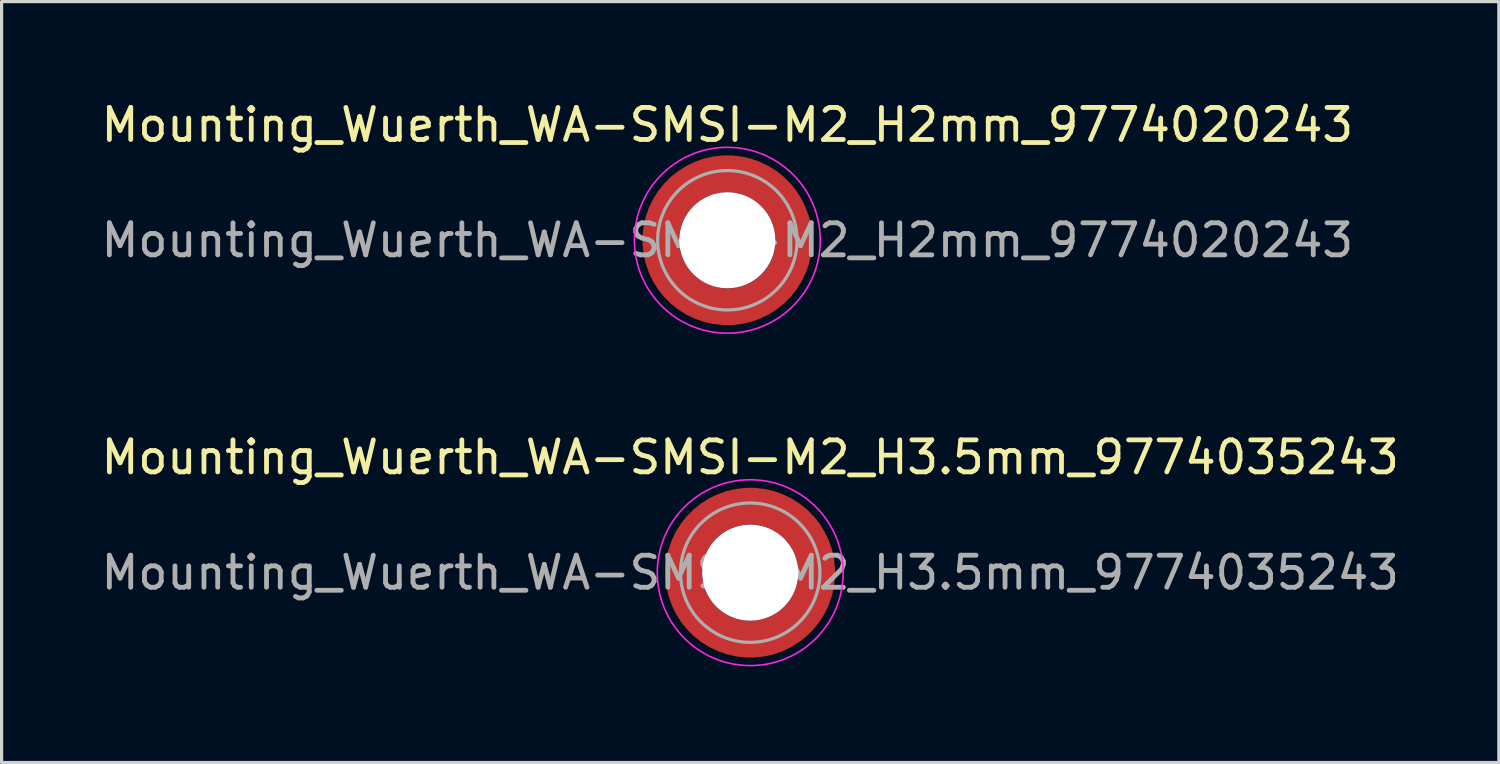
<source format=kicad_pcb>
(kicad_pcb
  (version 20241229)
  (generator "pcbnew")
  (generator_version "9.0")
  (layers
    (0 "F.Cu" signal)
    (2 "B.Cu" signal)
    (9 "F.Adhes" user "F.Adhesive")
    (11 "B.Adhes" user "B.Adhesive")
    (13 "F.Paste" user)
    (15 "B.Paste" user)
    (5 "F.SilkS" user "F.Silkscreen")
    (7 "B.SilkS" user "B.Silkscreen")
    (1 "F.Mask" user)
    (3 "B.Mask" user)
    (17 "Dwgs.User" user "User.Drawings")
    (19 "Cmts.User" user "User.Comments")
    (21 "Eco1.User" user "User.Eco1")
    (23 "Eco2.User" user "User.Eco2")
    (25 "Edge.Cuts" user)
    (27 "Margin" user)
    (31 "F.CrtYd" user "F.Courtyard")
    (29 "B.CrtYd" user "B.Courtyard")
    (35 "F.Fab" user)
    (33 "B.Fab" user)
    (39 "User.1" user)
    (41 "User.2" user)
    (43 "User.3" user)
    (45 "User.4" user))
  (footprint "Mounting_Wuerth_WA-SMSI-M2_H2mm_9774020243"
    (layer "F.Cu")
    (at 19.649 4.448)
    (property "Reference" "Mounting_Wuerth_WA-SMSI-M2_H2mm_9774020243" (at 0 -3.6 0) (layer "F.SilkS") (effects (font (size 1 1) (thickness 0.15))))
    (property "Mouser Part no." "" (at 0 0 0) (layer "F.Fab") (effects (font (size 1.27 1.27) (thickness 0.15))))
    (property "Mouser link" "" (at 0 0 0) (layer "F.Fab") (effects (font (size 1.27 1.27) (thickness 0.15))))
    (attr smd)
    (fp_circle (center 0 0) (end 2.9 0) (stroke (width 0.05) (type solid)) (fill no) (layer "F.CrtYd"))
    (fp_circle (center 0 0) (end 2.175 0) (stroke (width 0.1) (type solid)) (fill no) (layer "F.Fab"))
    (fp_text user "${REFERENCE}" (at 0 0 0) (layer "F.Fab") (effects (font (size 1 1) (thickness 0.15))))
    (pad "" smd custom (at -1.453 -1.453) (size 0.61 0.61) (layers "F.Paste") (options (anchor circle)) (primitives (gr_arc (start -0.147677 1.053104) (mid 0.285964 0.286792) (end 1.051968 -0.147393) (width 0.2)) (gr_arc (start -0.240295 1.053104) (mid 0.22253 0.222946) (end 1.052531 -0.24016) (width 0.2)) (gr_arc (start -0.332645 1.053104) (mid 0.158548 0.15965) (end 1.051583 -0.332304) (width 0.2)) (gr_arc (start -0.424767 1.053104) (mid 0.09486 0.096059) (end 1.051446 -0.424413) (width 0.2)) (gr_arc (start -0.516693 1.053104) (mid 0.031293 0.032346) (end 1.051645 -0.516396) (width 0.2)) (gr_arc (start -0.608448 1.053104) (mid -0.032323 -0.031316) (end 1.051707 -0.608176) (width 0.2)) (gr_arc (start -0.700056 1.053104) (mid -0.09616 -0.094758) (end 1.051155 -0.699693) (width 0.2)) (gr_arc (start -0.791534 1.053104) (mid -0.160388 -0.15781) (end 1.049515 -0.790891) (width 0.2)) (gr_arc (start -0.882896 1.053104) (mid -0.223713 -0.221764) (end 1.050388 -0.882429) (width 0.2)) (gr_arc (start -0.974157 1.053104) (mid -0.287654 -0.285101) (end 1.049541 -0.973567) (width 0.2)) (gr_line (start 1.053 -0.148) (end 1.053 -0.974) (width 0.2)) (gr_line (start -0.148 1.053) (end -0.974 1.053) (width 0.2))))
    (pad "" smd custom (at -1.453 1.453) (size 0.61 0.61) (layers "F.Paste") (options (anchor circle)) (primitives (gr_arc (start 1.053104 0.147677) (mid 0.286792 -0.285964) (end -0.147393 -1.051968) (width 0.2)) (gr_arc (start 1.053104 0.240295) (mid 0.222946 -0.22253) (end -0.24016 -1.052531) (width 0.2)) (gr_arc (start 1.053104 0.332645) (mid 0.15965 -0.158548) (end -0.332304 -1.051583) (width 0.2)) (gr_arc (start 1.053104 0.424767) (mid 0.096059 -0.09486) (end -0.424413 -1.051446) (width 0.2)) (gr_arc (start 1.053104 0.516693) (mid 0.032346 -0.031293) (end -0.516396 -1.051645) (width 0.2)) (gr_arc (start 1.053104 0.608448) (mid -0.031316 0.032323) (end -0.608176 -1.051707) (width 0.2)) (gr_arc (start 1.053104 0.700056) (mid -0.094758 0.09616) (end -0.699693 -1.051155) (width 0.2)) (gr_arc (start 1.053104 0.791534) (mid -0.15781 0.160388) (end -0.790891 -1.049515) (width 0.2)) (gr_arc (start 1.053104 0.882896) (mid -0.221764 0.223713) (end -0.882429 -1.050388) (width 0.2)) (gr_arc (start 1.053104 0.974157) (mid -0.285101 0.287654) (end -0.973567 -1.049541) (width 0.2)) (gr_line (start -0.148 -1.053) (end -0.974 -1.053) (width 0.2)) (gr_line (start 1.053 0.148) (end 1.053 0.974) (width 0.2))))
    (pad "" np_thru_hole circle (at 0 0) (size 3 3) (drill 3) (layers "*.Cu" "*.Mask"))
    (pad "" smd custom (at 1.453 -1.453) (size 0.61 0.61) (layers "F.Paste") (options (anchor circle)) (primitives (gr_arc (start -1.053104 -0.147677) (mid -0.286792 0.285964) (end 0.147393 1.051968) (width 0.2)) (gr_arc (start -1.053104 -0.240295) (mid -0.222946 0.22253) (end 0.24016 1.052531) (width 0.2)) (gr_arc (start -1.053104 -0.332645) (mid -0.15965 0.158548) (end 0.332304 1.051583) (width 0.2)) (gr_arc (start -1.053104 -0.424767) (mid -0.096059 0.09486) (end 0.424413 1.051446) (width 0.2)) (gr_arc (start -1.053104 -0.516693) (mid -0.032346 0.031293) (end 0.516396 1.051645) (width 0.2)) (gr_arc (start -1.053104 -0.608448) (mid 0.031316 -0.032323) (end 0.608176 1.051707) (width 0.2)) (gr_arc (start -1.053104 -0.700056) (mid 0.094758 -0.09616) (end 0.699693 1.051155) (width 0.2)) (gr_arc (start -1.053104 -0.791534) (mid 0.15781 -0.160388) (end 0.790891 1.049515) (width 0.2)) (gr_arc (start -1.053104 -0.882896) (mid 0.221764 -0.223713) (end 0.882429 1.050388) (width 0.2)) (gr_arc (start -1.053104 -0.974157) (mid 0.285101 -0.287654) (end 0.973567 1.049541) (width 0.2)) (gr_line (start 0.148 1.053) (end 0.974 1.053) (width 0.2)) (gr_line (start -1.053 -0.148) (end -1.053 -0.974) (width 0.2))))
    (pad "" smd custom (at 1.453 1.453) (size 0.61 0.61) (layers "F.Paste") (options (anchor circle)) (primitives (gr_arc (start 0.147677 -1.053104) (mid -0.285964 -0.286792) (end -1.051968 0.147393) (width 0.2)) (gr_arc (start 0.240295 -1.053104) (mid -0.22253 -0.222946) (end -1.052531 0.24016) (width 0.2)) (gr_arc (start 0.332645 -1.053104) (mid -0.158548 -0.15965) (end -1.051583 0.332304) (width 0.2)) (gr_arc (start 0.424767 -1.053104) (mid -0.09486 -0.096059) (end -1.051446 0.424413) (width 0.2)) (gr_arc (start 0.516693 -1.053104) (mid -0.031293 -0.032346) (end -1.051645 0.516396) (width 0.2)) (gr_arc (start 0.608448 -1.053104) (mid 0.032323 0.031316) (end -1.051707 0.608176) (width 0.2)) (gr_arc (start 0.700056 -1.053104) (mid 0.09616 0.094758) (end -1.051155 0.699693) (width 0.2)) (gr_arc (start 0.791534 -1.053104) (mid 0.160388 0.15781) (end -1.049515 0.790891) (width 0.2)) (gr_arc (start 0.882896 -1.053104) (mid 0.223713 0.221764) (end -1.050388 0.882429) (width 0.2)) (gr_arc (start 0.974157 -1.053104) (mid 0.287654 0.285101) (end -1.049541 0.973567) (width 0.2)) (gr_line (start -1.053 0.148) (end -1.053 0.974) (width 0.2)) (gr_line (start 0.148 -1.053) (end 0.974 -1.053) (width 0.2))))
    (pad "1" smd circle (at -2.075 0) (size 0.75 0.75) (layers "F.Cu"))
    (pad "1" smd circle (at 0 -2.075) (size 0.75 0.75) (layers "F.Cu"))
    (pad "1" smd circle (at 0 2.075) (size 0.75 0.75) (layers "F.Cu"))
    (pad "1" smd custom (at 2.075 0) (size 0.75 0.75) (layers "F.Cu" "F.Mask") (options (anchor circle)) (primitives (gr_circle (center -2.075 0) (end 0 0) (width 1.15) (fill no)))))
  (footprint "Mounting_Wuerth_WA-SMSI-M2_H3.5mm_9774035243"
    (layer "F.Cu")
    (at 20.363 14.822)
    (property "Reference" "Mounting_Wuerth_WA-SMSI-M2_H3.5mm_9774035243" (at 0 -3.6 0) (layer "F.SilkS") (effects (font (size 1 1) (thickness 0.15))))
    (property "Mouser Part no." "" (at 0 0 0) (layer "F.Fab") (effects (font (size 1.27 1.27) (thickness 0.15))))
    (property "Mouser link" "" (at 0 0 0) (layer "F.Fab") (effects (font (size 1.27 1.27) (thickness 0.15))))
    (attr smd)
    (fp_circle (center 0 0) (end 2.9 0) (stroke (width 0.05) (type solid)) (fill no) (layer "F.CrtYd"))
    (fp_circle (center 0 0) (end 2.175 0) (stroke (width 0.1) (type solid)) (fill no) (layer "F.Fab"))
    (fp_text user "${REFERENCE}" (at 0 0 0) (layer "F.Fab") (effects (font (size 1 1) (thickness 0.15))))
    (pad "" smd custom (at -1.453 -1.453) (size 0.61 0.61) (layers "F.Paste") (options (anchor circle)) (primitives (gr_arc (start -0.147677 1.053104) (mid 0.285964 0.286792) (end 1.051968 -0.147393) (width 0.2)) (gr_arc (start -0.240295 1.053104) (mid 0.22253 0.222946) (end 1.052531 -0.24016) (width 0.2)) (gr_arc (start -0.332645 1.053104) (mid 0.158548 0.15965) (end 1.051583 -0.332304) (width 0.2)) (gr_arc (start -0.424767 1.053104) (mid 0.09486 0.096059) (end 1.051446 -0.424413) (width 0.2)) (gr_arc (start -0.516693 1.053104) (mid 0.031293 0.032346) (end 1.051645 -0.516396) (width 0.2)) (gr_arc (start -0.608448 1.053104) (mid -0.032323 -0.031316) (end 1.051707 -0.608176) (width 0.2)) (gr_arc (start -0.700056 1.053104) (mid -0.09616 -0.094758) (end 1.051155 -0.699693) (width 0.2)) (gr_arc (start -0.791534 1.053104) (mid -0.160388 -0.15781) (end 1.049515 -0.790891) (width 0.2)) (gr_arc (start -0.882896 1.053104) (mid -0.223713 -0.221764) (end 1.050388 -0.882429) (width 0.2)) (gr_arc (start -0.974157 1.053104) (mid -0.287654 -0.285101) (end 1.049541 -0.973567) (width 0.2)) (gr_line (start 1.053 -0.148) (end 1.053 -0.974) (width 0.2)) (gr_line (start -0.148 1.053) (end -0.974 1.053) (width 0.2))))
    (pad "" smd custom (at -1.453 1.453) (size 0.61 0.61) (layers "F.Paste") (options (anchor circle)) (primitives (gr_arc (start 1.053104 0.147677) (mid 0.286792 -0.285964) (end -0.147393 -1.051968) (width 0.2)) (gr_arc (start 1.053104 0.240295) (mid 0.222946 -0.22253) (end -0.24016 -1.052531) (width 0.2)) (gr_arc (start 1.053104 0.332645) (mid 0.15965 -0.158548) (end -0.332304 -1.051583) (width 0.2)) (gr_arc (start 1.053104 0.424767) (mid 0.096059 -0.09486) (end -0.424413 -1.051446) (width 0.2)) (gr_arc (start 1.053104 0.516693) (mid 0.032346 -0.031293) (end -0.516396 -1.051645) (width 0.2)) (gr_arc (start 1.053104 0.608448) (mid -0.031316 0.032323) (end -0.608176 -1.051707) (width 0.2)) (gr_arc (start 1.053104 0.700056) (mid -0.094758 0.09616) (end -0.699693 -1.051155) (width 0.2)) (gr_arc (start 1.053104 0.791534) (mid -0.15781 0.160388) (end -0.790891 -1.049515) (width 0.2)) (gr_arc (start 1.053104 0.882896) (mid -0.221764 0.223713) (end -0.882429 -1.050388) (width 0.2)) (gr_arc (start 1.053104 0.974157) (mid -0.285101 0.287654) (end -0.973567 -1.049541) (width 0.2)) (gr_line (start -0.148 -1.053) (end -0.974 -1.053) (width 0.2)) (gr_line (start 1.053 0.148) (end 1.053 0.974) (width 0.2))))
    (pad "" np_thru_hole circle (at 0 0) (size 3 3) (drill 3) (layers "*.Cu" "*.Mask"))
    (pad "" smd custom (at 1.453 -1.453) (size 0.61 0.61) (layers "F.Paste") (options (anchor circle)) (primitives (gr_arc (start -1.053104 -0.147677) (mid -0.286792 0.285964) (end 0.147393 1.051968) (width 0.2)) (gr_arc (start -1.053104 -0.240295) (mid -0.222946 0.22253) (end 0.24016 1.052531) (width 0.2)) (gr_arc (start -1.053104 -0.332645) (mid -0.15965 0.158548) (end 0.332304 1.051583) (width 0.2)) (gr_arc (start -1.053104 -0.424767) (mid -0.096059 0.09486) (end 0.424413 1.051446) (width 0.2)) (gr_arc (start -1.053104 -0.516693) (mid -0.032346 0.031293) (end 0.516396 1.051645) (width 0.2)) (gr_arc (start -1.053104 -0.608448) (mid 0.031316 -0.032323) (end 0.608176 1.051707) (width 0.2)) (gr_arc (start -1.053104 -0.700056) (mid 0.094758 -0.09616) (end 0.699693 1.051155) (width 0.2)) (gr_arc (start -1.053104 -0.791534) (mid 0.15781 -0.160388) (end 0.790891 1.049515) (width 0.2)) (gr_arc (start -1.053104 -0.882896) (mid 0.221764 -0.223713) (end 0.882429 1.050388) (width 0.2)) (gr_arc (start -1.053104 -0.974157) (mid 0.285101 -0.287654) (end 0.973567 1.049541) (width 0.2)) (gr_line (start 0.148 1.053) (end 0.974 1.053) (width 0.2)) (gr_line (start -1.053 -0.148) (end -1.053 -0.974) (width 0.2))))
    (pad "" smd custom (at 1.453 1.453) (size 0.61 0.61) (layers "F.Paste") (options (anchor circle)) (primitives (gr_arc (start 0.147677 -1.053104) (mid -0.285964 -0.286792) (end -1.051968 0.147393) (width 0.2)) (gr_arc (start 0.240295 -1.053104) (mid -0.22253 -0.222946) (end -1.052531 0.24016) (width 0.2)) (gr_arc (start 0.332645 -1.053104) (mid -0.158548 -0.15965) (end -1.051583 0.332304) (width 0.2)) (gr_arc (start 0.424767 -1.053104) (mid -0.09486 -0.096059) (end -1.051446 0.424413) (width 0.2)) (gr_arc (start 0.516693 -1.053104) (mid -0.031293 -0.032346) (end -1.051645 0.516396) (width 0.2)) (gr_arc (start 0.608448 -1.053104) (mid 0.032323 0.031316) (end -1.051707 0.608176) (width 0.2)) (gr_arc (start 0.700056 -1.053104) (mid 0.09616 0.094758) (end -1.051155 0.699693) (width 0.2)) (gr_arc (start 0.791534 -1.053104) (mid 0.160388 0.15781) (end -1.049515 0.790891) (width 0.2)) (gr_arc (start 0.882896 -1.053104) (mid 0.223713 0.221764) (end -1.050388 0.882429) (width 0.2)) (gr_arc (start 0.974157 -1.053104) (mid 0.287654 0.285101) (end -1.049541 0.973567) (width 0.2)) (gr_line (start -1.053 0.148) (end -1.053 0.974) (width 0.2)) (gr_line (start 0.148 -1.053) (end 0.974 -1.053) (width 0.2))))
    (pad "1" smd circle (at -2.075 0) (size 0.75 0.75) (layers "F.Cu"))
    (pad "1" smd circle (at 0 -2.075) (size 0.75 0.75) (layers "F.Cu"))
    (pad "1" smd circle (at 0 2.075) (size 0.75 0.75) (layers "F.Cu"))
    (pad "1" smd custom (at 2.075 0) (size 0.75 0.75) (layers "F.Cu" "F.Mask") (options (anchor circle)) (primitives (gr_circle (center -2.075 0) (end 0 0) (width 1.15) (fill no)))))
  (gr_rect
    (start -3 -3)
    (end 43.726 20.747)
    (stroke (width 0.1) (type default))
    (fill no)
    (layer "Edge.Cuts")))
</source>
